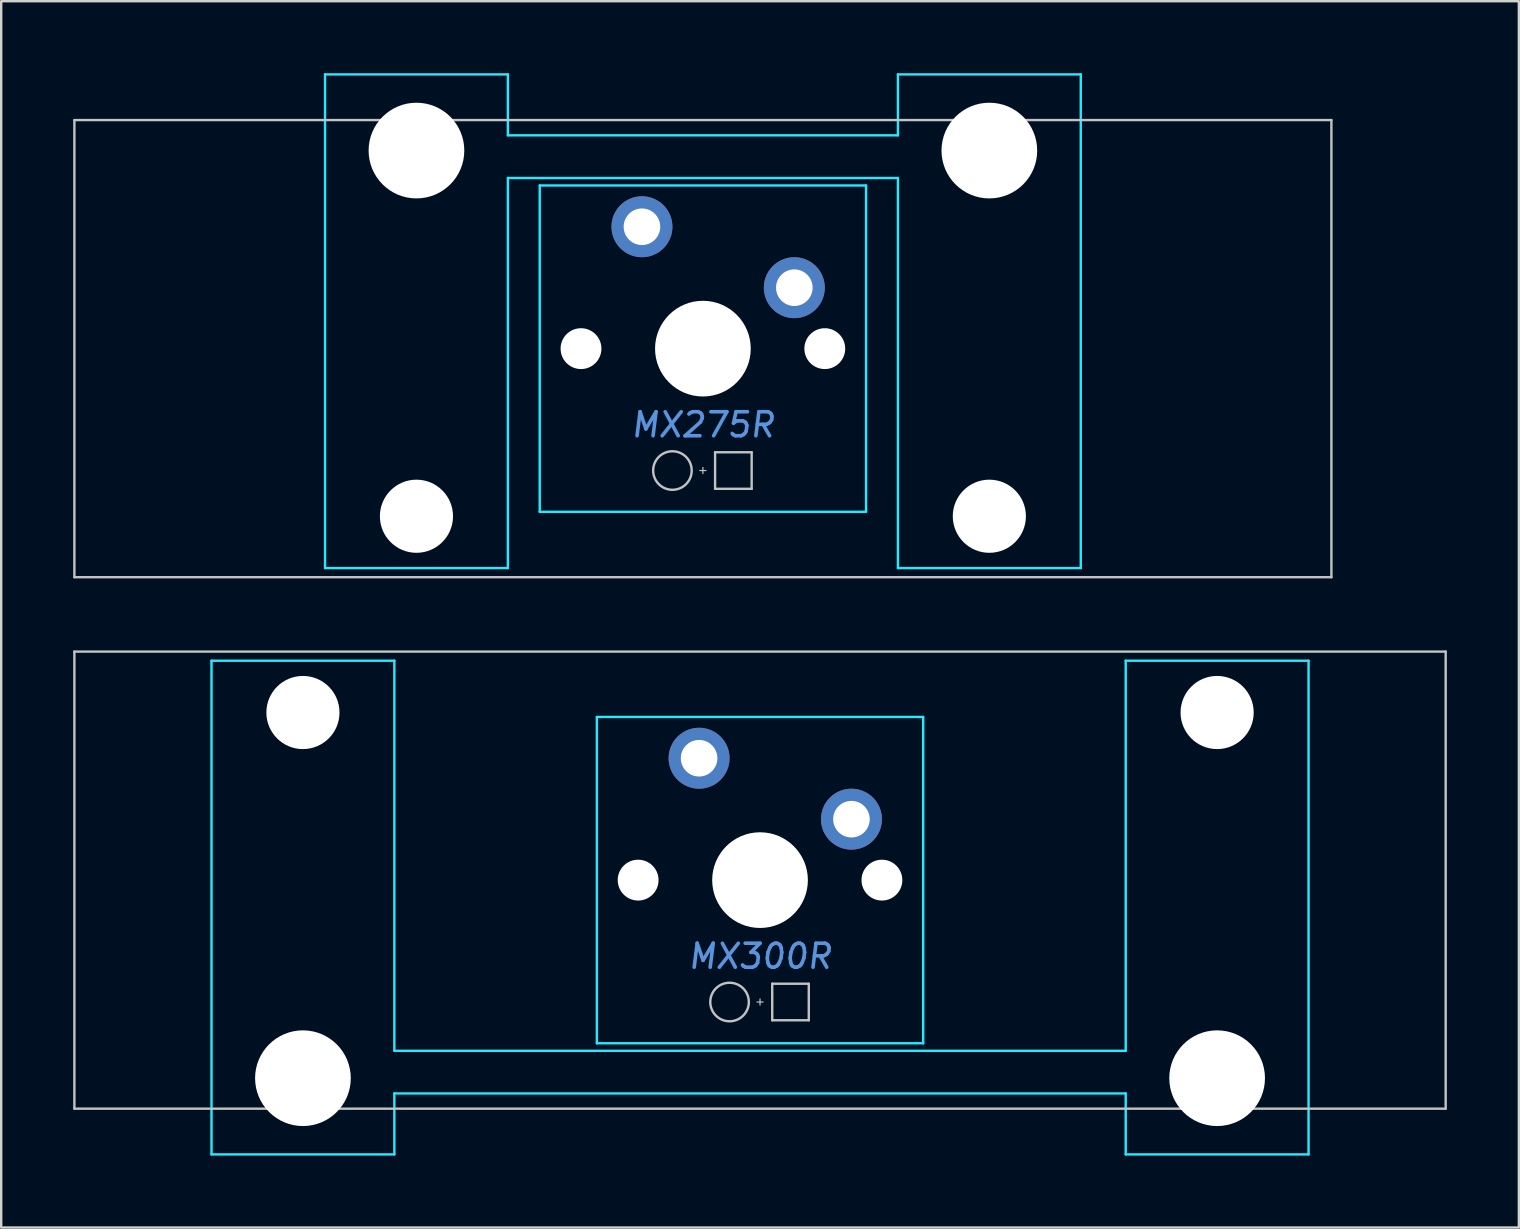
<source format=kicad_pcb>
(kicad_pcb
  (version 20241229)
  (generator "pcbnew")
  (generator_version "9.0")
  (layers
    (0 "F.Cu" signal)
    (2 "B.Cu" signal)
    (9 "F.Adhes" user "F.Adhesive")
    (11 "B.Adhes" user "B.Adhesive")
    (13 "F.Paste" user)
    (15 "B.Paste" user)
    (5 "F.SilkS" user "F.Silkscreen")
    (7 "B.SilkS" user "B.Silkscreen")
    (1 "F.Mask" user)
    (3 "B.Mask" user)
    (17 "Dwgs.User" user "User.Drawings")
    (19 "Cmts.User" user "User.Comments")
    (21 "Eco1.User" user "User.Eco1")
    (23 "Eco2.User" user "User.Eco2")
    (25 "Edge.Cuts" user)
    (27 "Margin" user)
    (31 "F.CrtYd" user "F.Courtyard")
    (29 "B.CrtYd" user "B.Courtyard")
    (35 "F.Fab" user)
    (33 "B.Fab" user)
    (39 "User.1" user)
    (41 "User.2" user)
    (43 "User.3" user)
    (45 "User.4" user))
  (footprint "MX275R"
    (layer "F.Cu")
    (at 26.244 11.48)
    (property "Reference" "MX275R" (at 0 3.175 0) (layer "Cmts.User") (effects (font (size 1 1) (thickness 0.15) (italic yes))))
    (attr through_hole)
    (fp_line (start -26.194 -9.525) (end -26.194 9.525) (stroke (width 0.1) (type solid)) (layer "Dwgs.User"))
    (fp_line (start -26.194 -9.525) (end 26.194 -9.525) (stroke (width 0.1) (type solid)) (layer "Dwgs.User"))
    (fp_line (start -26.194 9.525) (end 26.194 9.525) (stroke (width 0.1) (type solid)) (layer "Dwgs.User"))
    (fp_line (start -0.127 5.08) (end 0.127 5.08) (stroke (width 0.05) (type solid)) (layer "Dwgs.User"))
    (fp_line (start 0 5.207) (end 0 4.953) (stroke (width 0.05) (type solid)) (layer "Dwgs.User"))
    (fp_line (start 0.508 4.318) (end 0.508 5.842) (stroke (width 0.1) (type solid)) (layer "Dwgs.User"))
    (fp_line (start 0.508 4.318) (end 2.032 4.318) (stroke (width 0.1) (type solid)) (layer "Dwgs.User"))
    (fp_line (start 0.508 5.842) (end 2.032 5.842) (stroke (width 0.1) (type solid)) (layer "Dwgs.User"))
    (fp_line (start 2.032 5.842) (end 2.032 4.318) (stroke (width 0.1) (type solid)) (layer "Dwgs.User"))
    (fp_line (start 26.194 -9.525) (end 26.194 9.525) (stroke (width 0.1) (type solid)) (layer "Dwgs.User"))
    (fp_circle (center -1.27 5.08) (end -0.467 5.08) (stroke (width 0.1) (type solid)) (fill no) (layer "Dwgs.User"))
    (fp_line (start -15.438 -8.515) (end -15.438 5.485) (stroke (width 0.1) (type solid)) (layer "Eco1.User"))
    (fp_line (start -14.938 -9.015) (end -8.938 -9.015) (stroke (width 0.1) (type solid)) (layer "Eco1.User"))
    (fp_line (start -8.938 5.985) (end -14.938 5.985) (stroke (width 0.1) (type solid)) (layer "Eco1.User"))
    (fp_line (start -8.438 5.485) (end -8.438 -8.515) (stroke (width 0.1) (type solid)) (layer "Eco1.User"))
    (fp_line (start -7 -6.5) (end -7 6.5) (stroke (width 0.1) (type solid)) (layer "Eco1.User"))
    (fp_line (start -6.5 7) (end 6.5 7) (stroke (width 0.1) (type solid)) (layer "Eco1.User"))
    (fp_line (start 6.5 -7) (end -6.5 -7) (stroke (width 0.1) (type solid)) (layer "Eco1.User"))
    (fp_line (start 7 6.5) (end 7 -6.5) (stroke (width 0.1) (type solid)) (layer "Eco1.User"))
    (fp_line (start 8.438 -8.515) (end 8.438 5.485) (stroke (width 0.1) (type solid)) (layer "Eco1.User"))
    (fp_line (start 8.938 -9.015) (end 14.938 -9.015) (stroke (width 0.1) (type solid)) (layer "Eco1.User"))
    (fp_line (start 14.938 5.985) (end 8.938 5.985) (stroke (width 0.1) (type solid)) (layer "Eco1.User"))
    (fp_line (start 15.438 5.485) (end 15.438 -8.515) (stroke (width 0.1) (type solid)) (layer "Eco1.User"))
    (fp_arc (start -15.438 -8.515) (mid -15.291553 -8.868553) (end -14.938 -9.015) (stroke (width 0.1) (type solid)) (layer "Eco1.User"))
    (fp_arc (start -14.938 5.985) (mid -15.291553 5.838553) (end -15.438 5.485) (stroke (width 0.1) (type solid)) (layer "Eco1.User"))
    (fp_arc (start -8.938 -9.015) (mid -8.584447 -8.868553) (end -8.438 -8.515) (stroke (width 0.1) (type solid)) (layer "Eco1.User"))
    (fp_arc (start -8.438 5.485) (mid -8.584447 5.838553) (end -8.938 5.985) (stroke (width 0.1) (type solid)) (layer "Eco1.User"))
    (fp_arc (start -7 -6.5) (mid -6.853553 -6.853553) (end -6.5 -7) (stroke (width 0.1) (type solid)) (layer "Eco1.User"))
    (fp_arc (start -6.5 7) (mid -6.853553 6.853553) (end -7 6.5) (stroke (width 0.1) (type solid)) (layer "Eco1.User"))
    (fp_arc (start 6.5 -7) (mid 6.853553 -6.853553) (end 7 -6.5) (stroke (width 0.1) (type solid)) (layer "Eco1.User"))
    (fp_arc (start 7 6.5) (mid 6.853553 6.853553) (end 6.5 7) (stroke (width 0.1) (type solid)) (layer "Eco1.User"))
    (fp_arc (start 8.438 -8.515) (mid 8.584447 -8.868553) (end 8.938 -9.015) (stroke (width 0.1) (type solid)) (layer "Eco1.User"))
    (fp_arc (start 8.938 5.985) (mid 8.584447 5.838553) (end 8.438 5.485) (stroke (width 0.1) (type solid)) (layer "Eco1.User"))
    (fp_arc (start 14.938 -9.015) (mid 15.291553 -8.868553) (end 15.438 -8.515) (stroke (width 0.1) (type solid)) (layer "Eco1.User"))
    (fp_arc (start 15.438 5.485) (mid 15.291553 5.838553) (end 14.938 5.985) (stroke (width 0.1) (type solid)) (layer "Eco1.User"))
    (fp_line (start -15.748 -11.43) (end -8.128 -11.43) (stroke (width 0.1) (type solid)) (layer "B.CrtYd"))
    (fp_line (start -15.748 9.144) (end -15.748 -11.43) (stroke (width 0.1) (type solid)) (layer "B.CrtYd"))
    (fp_line (start -8.128 -11.43) (end -8.128 -8.89) (stroke (width 0.1) (type solid)) (layer "B.CrtYd"))
    (fp_line (start -8.128 9.144) (end -15.748 9.144) (stroke (width 0.1) (type solid)) (layer "B.CrtYd"))
    (fp_line (start -8.128 9.144) (end -8.128 -7.112) (stroke (width 0.1) (type solid)) (layer "B.CrtYd"))
    (fp_line (start -6.8 6.8) (end -6.8 -6.8) (stroke (width 0.1) (type solid)) (layer "B.CrtYd"))
    (fp_line (start 6.8 -6.8) (end -6.8 -6.8) (stroke (width 0.1) (type solid)) (layer "B.CrtYd"))
    (fp_line (start 6.8 6.8) (end -6.8 6.8) (stroke (width 0.1) (type solid)) (layer "B.CrtYd"))
    (fp_line (start 6.8 6.8) (end 6.8 -6.8) (stroke (width 0.1) (type solid)) (layer "B.CrtYd"))
    (fp_line (start 8.128 -11.43) (end 8.128 -8.89) (stroke (width 0.1) (type solid)) (layer "B.CrtYd"))
    (fp_line (start 8.128 -11.43) (end 15.748 -11.43) (stroke (width 0.1) (type solid)) (layer "B.CrtYd"))
    (fp_line (start 8.128 -8.89) (end -8.128 -8.89) (stroke (width 0.1) (type solid)) (layer "B.CrtYd"))
    (fp_line (start 8.128 -7.112) (end -8.128 -7.112) (stroke (width 0.1) (type solid)) (layer "B.CrtYd"))
    (fp_line (start 8.128 9.144) (end 8.128 -7.112) (stroke (width 0.1) (type solid)) (layer "B.CrtYd"))
    (fp_line (start 15.748 -11.43) (end 15.748 9.144) (stroke (width 0.1) (type solid)) (layer "B.CrtYd"))
    (fp_line (start 15.748 9.144) (end 8.128 9.144) (stroke (width 0.1) (type solid)) (layer "B.CrtYd"))
    (pad "" np_thru_hole circle (at -11.938 -8.255 180) (size 3.988 3.988) (drill 3.988) (layers "*.Cu" "*.Mask"))
    (pad "" np_thru_hole circle (at -11.938 6.985 180) (size 3.048 3.048) (drill 3.048) (layers "*.Cu" "*.Mask"))
    (pad "" np_thru_hole circle (at -5.08 0) (size 1.702 1.702) (drill 1.702) (layers "*.Cu" "*.Mask"))
    (pad "" connect circle (at -2.54 -5.08) (size 1.524 1.524) (layers "B.Mask"))
    (pad "" np_thru_hole circle (at 0 0) (size 3.988 3.988) (drill 3.988) (layers "*.Cu" "*.Mask"))
    (pad "" connect circle (at 3.81 -2.54) (size 1.524 1.524) (layers "B.Mask"))
    (pad "" np_thru_hole circle (at 5.08 0) (size 1.702 1.702) (drill 1.702) (layers "*.Cu" "*.Mask"))
    (pad "" np_thru_hole circle (at 11.938 -8.255 180) (size 3.988 3.988) (drill 3.988) (layers "*.Cu" "*.Mask"))
    (pad "" np_thru_hole circle (at 11.938 6.985 180) (size 3.048 3.048) (drill 3.048) (layers "*.Cu" "*.Mask"))
    (pad "1" thru_hole circle (at -2.54 -5.08) (size 2.54 2.54) (drill 1.524) (layers "*.Cu" "F.Mask"))
    (pad "2" thru_hole circle (at 3.81 -2.54) (size 2.54 2.54) (drill 1.524) (layers "*.Cu" "F.Mask")))
  (footprint "MX300R"
    (layer "F.Cu")
    (at 28.625 33.63)
    (property "Reference" "MX300R" (at 0 3.175 0) (layer "Cmts.User") (effects (font (size 1 1) (thickness 0.15) (italic yes))))
    (attr through_hole)
    (fp_line (start -28.575 -9.525) (end -28.575 9.525) (stroke (width 0.1) (type solid)) (layer "Dwgs.User"))
    (fp_line (start -28.575 -9.525) (end 28.575 -9.525) (stroke (width 0.1) (type solid)) (layer "Dwgs.User"))
    (fp_line (start -28.575 9.525) (end 28.575 9.525) (stroke (width 0.1) (type solid)) (layer "Dwgs.User"))
    (fp_line (start -0.127 5.08) (end 0.127 5.08) (stroke (width 0.05) (type solid)) (layer "Dwgs.User"))
    (fp_line (start 0 5.207) (end 0 4.953) (stroke (width 0.05) (type solid)) (layer "Dwgs.User"))
    (fp_line (start 0.508 4.318) (end 0.508 5.842) (stroke (width 0.1) (type solid)) (layer "Dwgs.User"))
    (fp_line (start 0.508 4.318) (end 2.032 4.318) (stroke (width 0.1) (type solid)) (layer "Dwgs.User"))
    (fp_line (start 0.508 5.842) (end 2.032 5.842) (stroke (width 0.1) (type solid)) (layer "Dwgs.User"))
    (fp_line (start 2.032 5.842) (end 2.032 4.318) (stroke (width 0.1) (type solid)) (layer "Dwgs.User"))
    (fp_line (start 28.575 -9.525) (end 28.575 9.525) (stroke (width 0.1) (type solid)) (layer "Dwgs.User"))
    (fp_circle (center -1.27 5.08) (end -0.467 5.08) (stroke (width 0.1) (type solid)) (fill no) (layer "Dwgs.User"))
    (fp_line (start -22.55 -5.485) (end -22.55 8.515) (stroke (width 0.1) (type solid)) (layer "Eco1.User"))
    (fp_line (start -22.05 -5.985) (end -16.05 -5.985) (stroke (width 0.1) (type solid)) (layer "Eco1.User"))
    (fp_line (start -16.05 9.015) (end -22.05 9.015) (stroke (width 0.1) (type solid)) (layer "Eco1.User"))
    (fp_line (start -15.55 8.515) (end -15.55 -5.485) (stroke (width 0.1) (type solid)) (layer "Eco1.User"))
    (fp_line (start -7 -6.5) (end -7 6.5) (stroke (width 0.1) (type solid)) (layer "Eco1.User"))
    (fp_line (start -6.5 7) (end 6.5 7) (stroke (width 0.1) (type solid)) (layer "Eco1.User"))
    (fp_line (start 6.5 -7) (end -6.5 -7) (stroke (width 0.1) (type solid)) (layer "Eco1.User"))
    (fp_line (start 7 6.5) (end 7 -6.5) (stroke (width 0.1) (type solid)) (layer "Eco1.User"))
    (fp_line (start 15.55 -5.485) (end 15.55 8.515) (stroke (width 0.1) (type solid)) (layer "Eco1.User"))
    (fp_line (start 16.05 -5.985) (end 22.05 -5.985) (stroke (width 0.1) (type solid)) (layer "Eco1.User"))
    (fp_line (start 22.05 9.015) (end 16.05 9.015) (stroke (width 0.1) (type solid)) (layer "Eco1.User"))
    (fp_line (start 22.55 8.515) (end 22.55 -5.485) (stroke (width 0.1) (type solid)) (layer "Eco1.User"))
    (fp_arc (start -22.55 -5.485) (mid -22.403553 -5.838553) (end -22.05 -5.985) (stroke (width 0.1) (type solid)) (layer "Eco1.User"))
    (fp_arc (start -22.05 9.015) (mid -22.403553 8.868553) (end -22.55 8.515) (stroke (width 0.1) (type solid)) (layer "Eco1.User"))
    (fp_arc (start -16.05 -5.985) (mid -15.696447 -5.838553) (end -15.55 -5.485) (stroke (width 0.1) (type solid)) (layer "Eco1.User"))
    (fp_arc (start -15.55 8.515) (mid -15.696447 8.868553) (end -16.05 9.015) (stroke (width 0.1) (type solid)) (layer "Eco1.User"))
    (fp_arc (start -7 -6.5) (mid -6.853553 -6.853553) (end -6.5 -7) (stroke (width 0.1) (type solid)) (layer "Eco1.User"))
    (fp_arc (start -6.5 7) (mid -6.853553 6.853553) (end -7 6.5) (stroke (width 0.1) (type solid)) (layer "Eco1.User"))
    (fp_arc (start 6.5 -7) (mid 6.853553 -6.853553) (end 7 -6.5) (stroke (width 0.1) (type solid)) (layer "Eco1.User"))
    (fp_arc (start 7 6.5) (mid 6.853553 6.853553) (end 6.5 7) (stroke (width 0.1) (type solid)) (layer "Eco1.User"))
    (fp_arc (start 15.55 -5.485) (mid 15.696447 -5.838553) (end 16.05 -5.985) (stroke (width 0.1) (type solid)) (layer "Eco1.User"))
    (fp_arc (start 16.05 9.015) (mid 15.696447 8.868553) (end 15.55 8.515) (stroke (width 0.1) (type solid)) (layer "Eco1.User"))
    (fp_arc (start 22.05 -5.985) (mid 22.403553 -5.838553) (end 22.55 -5.485) (stroke (width 0.1) (type solid)) (layer "Eco1.User"))
    (fp_arc (start 22.55 8.515) (mid 22.403553 8.868553) (end 22.05 9.015) (stroke (width 0.1) (type solid)) (layer "Eco1.User"))
    (fp_line (start -22.86 -9.144) (end -15.24 -9.144) (stroke (width 0.1) (type solid)) (layer "B.CrtYd"))
    (fp_line (start -22.86 11.43) (end -22.86 -9.144) (stroke (width 0.1) (type solid)) (layer "B.CrtYd"))
    (fp_line (start -15.24 -9.144) (end -15.24 7.112) (stroke (width 0.1) (type solid)) (layer "B.CrtYd"))
    (fp_line (start -15.24 7.112) (end 15.24 7.112) (stroke (width 0.1) (type solid)) (layer "B.CrtYd"))
    (fp_line (start -15.24 8.89) (end 15.24 8.89) (stroke (width 0.1) (type solid)) (layer "B.CrtYd"))
    (fp_line (start -15.24 11.43) (end -22.86 11.43) (stroke (width 0.1) (type solid)) (layer "B.CrtYd"))
    (fp_line (start -15.24 11.43) (end -15.24 8.89) (stroke (width 0.1) (type solid)) (layer "B.CrtYd"))
    (fp_line (start -6.8 6.8) (end -6.8 -6.8) (stroke (width 0.1) (type solid)) (layer "B.CrtYd"))
    (fp_line (start 6.8 -6.8) (end -6.8 -6.8) (stroke (width 0.1) (type solid)) (layer "B.CrtYd"))
    (fp_line (start 6.8 6.8) (end -6.8 6.8) (stroke (width 0.1) (type solid)) (layer "B.CrtYd"))
    (fp_line (start 6.8 6.8) (end 6.8 -6.8) (stroke (width 0.1) (type solid)) (layer "B.CrtYd"))
    (fp_line (start 15.24 -9.144) (end 15.24 7.112) (stroke (width 0.1) (type solid)) (layer "B.CrtYd"))
    (fp_line (start 15.24 -9.144) (end 22.86 -9.144) (stroke (width 0.1) (type solid)) (layer "B.CrtYd"))
    (fp_line (start 15.24 11.43) (end 15.24 8.89) (stroke (width 0.1) (type solid)) (layer "B.CrtYd"))
    (fp_line (start 22.86 -9.144) (end 22.86 11.43) (stroke (width 0.1) (type solid)) (layer "B.CrtYd"))
    (fp_line (start 22.86 11.43) (end 15.24 11.43) (stroke (width 0.1) (type solid)) (layer "B.CrtYd"))
    (pad "" np_thru_hole circle (at -19.05 -6.985) (size 3.048 3.048) (drill 3.048) (layers "*.Cu" "*.Mask"))
    (pad "" np_thru_hole circle (at -19.05 8.255) (size 3.988 3.988) (drill 3.988) (layers "*.Cu" "*.Mask"))
    (pad "" np_thru_hole circle (at -5.08 0) (size 1.702 1.702) (drill 1.702) (layers "*.Cu" "*.Mask"))
    (pad "" connect circle (at -2.54 -5.08) (size 1.524 1.524) (layers "B.Mask"))
    (pad "" np_thru_hole circle (at 0 0) (size 3.988 3.988) (drill 3.988) (layers "*.Cu" "*.Mask"))
    (pad "" connect circle (at 3.81 -2.54) (size 1.524 1.524) (layers "B.Mask"))
    (pad "" np_thru_hole circle (at 5.08 0) (size 1.702 1.702) (drill 1.702) (layers "*.Cu" "*.Mask"))
    (pad "" np_thru_hole circle (at 19.05 -6.985) (size 3.048 3.048) (drill 3.048) (layers "*.Cu" "*.Mask"))
    (pad "" np_thru_hole circle (at 19.05 8.255) (size 3.988 3.988) (drill 3.988) (layers "*.Cu" "*.Mask"))
    (pad "1" thru_hole circle (at -2.54 -5.08) (size 2.54 2.54) (drill 1.524) (layers "*.Cu" "F.Mask"))
    (pad "2" thru_hole circle (at 3.81 -2.54) (size 2.54 2.54) (drill 1.524) (layers "*.Cu" "F.Mask")))
  (gr_rect
    (start -3 -3)
    (end 60.25 48.11)
    (stroke (width 0.1) (type default))
    (fill no)
    (layer "Edge.Cuts")))
</source>
